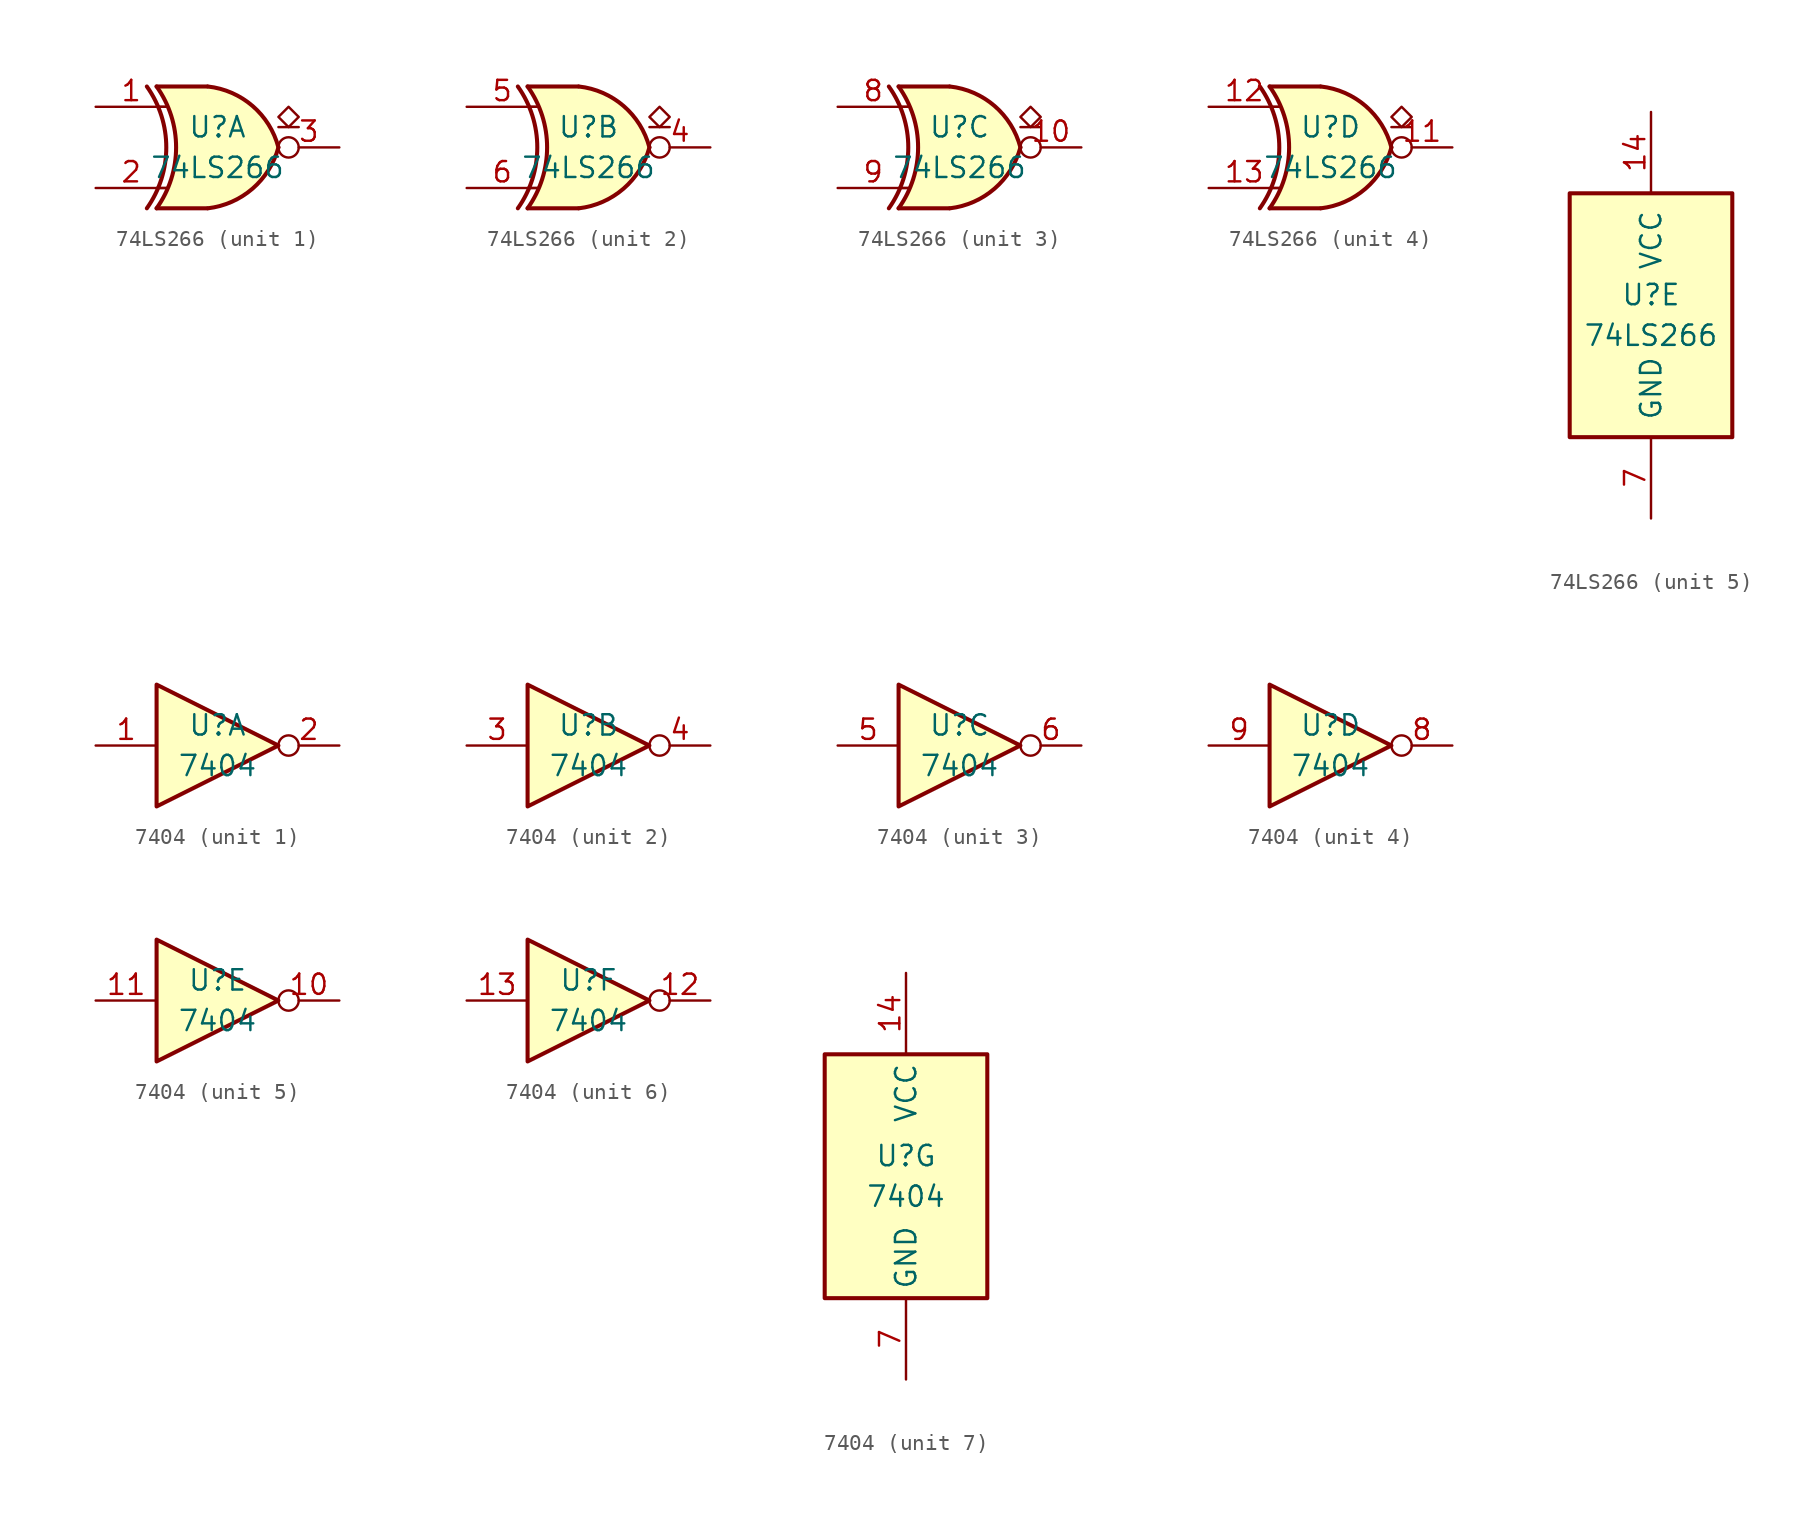
<source format=kicad_sym>
(kicad_symbol_lib
  (version 20241209)
  (generator "kicad_symbol_editor")
  (generator_version "9.0")
  (symbol "74LS266"
    (pin_names
      (offset 1.016))
    (property "Reference" "U"
      (at 0 1.27 0)
      (effects (font (size 1.27 1.27))))
    (property "Value" "74LS266"
      (at 0 -1.27 0)
      (effects (font (size 1.27 1.27))))
    (property "ki_locked" ""
      (at 0 0 0)
      (effects (font (size 1.27 1.27))))
    (symbol "74LS266_1_0"
      (arc (start -4.4196 3.81) (mid -3.2033 0) (end -4.4196 -3.81) (stroke (width 0.254) (type default)) (fill (type none)))
      (arc (start -3.81 3.81) (mid -2.589 0) (end -3.81 -3.81) (stroke (width 0.254) (type default)) (fill (type none)))
      (polyline (pts (xy -3.81 3.81) (xy -0.635 3.81)) (stroke (width 0.254) (type default)) (fill (type background)))
      (polyline (pts (xy -3.81 -3.81) (xy -0.635 -3.81)) (stroke (width 0.254) (type default)) (fill (type background)))
      (arc (start 3.81 0) (mid 2.1855 -2.584) (end -0.6096 -3.81) (stroke (width 0.254) (type default)) (fill (type background)))
      (arc (start -0.6096 3.81) (mid 2.1928 2.5924) (end 3.81 0) (stroke (width 0.254) (type default)) (fill (type background)))
      (polyline (pts (xy -0.635 3.81) (xy -3.81 3.81) (xy -3.81 3.81) (xy -3.556 3.404) (xy -3.023 2.261) (xy -2.692 1.041) (xy -2.616 -0.254) (xy -2.769 -1.499) (xy -3.175 -2.718) (xy -3.81 -3.81) (xy -3.81 -3.81) (xy -0.635 -3.81)) (stroke (width -25.4) (type default)) (fill (type background)))
      (pin input line (at -7.62 2.54 0) (length 4.445) (name "~" (effects (font (size 1.27 1.27)))) (number "1" (effects (font (size 1.27 1.27)))))
      (pin input line (at -7.62 -2.54 0) (length 4.445) (name "~" (effects (font (size 1.27 1.27)))) (number "2" (effects (font (size 1.27 1.27)))))
      (pin output inverted (at 7.62 0 180) (length 3.81) (name "~" (effects (font (size 1.27 1.27)))) (number "3" (effects (font (size 1.27 1.27))))))
    (symbol "74LS266_1_1"
      (polyline (pts (xy -3.81 2.54) (xy -3.175 2.54)) (stroke (width 0.152) (type default)) (fill (type none)))
      (polyline (pts (xy -3.81 -2.54) (xy -3.175 -2.54)) (stroke (width 0.152) (type default)) (fill (type none)))
      (polyline (pts (xy 3.81 1.27) (xy 5.08 1.27)) (stroke (width 0) (type default)) (fill (type none)))
      (polyline (pts (xy 4.445 1.27) (xy 3.81 1.905) (xy 4.445 2.54) (xy 5.08 1.905) (xy 4.445 1.27)) (stroke (width 0) (type default)) (fill (type none))))
    (symbol "74LS266_2_0"
      (arc (start -4.4196 3.81) (mid -3.2033 0) (end -4.4196 -3.81) (stroke (width 0.254) (type default)) (fill (type none)))
      (arc (start -3.81 3.81) (mid -2.589 0) (end -3.81 -3.81) (stroke (width 0.254) (type default)) (fill (type none)))
      (polyline (pts (xy -3.81 3.81) (xy -0.635 3.81)) (stroke (width 0.254) (type default)) (fill (type background)))
      (polyline (pts (xy -3.81 -3.81) (xy -0.635 -3.81)) (stroke (width 0.254) (type default)) (fill (type background)))
      (arc (start 3.81 0) (mid 2.1855 -2.584) (end -0.6096 -3.81) (stroke (width 0.254) (type default)) (fill (type background)))
      (arc (start -0.6096 3.81) (mid 2.1928 2.5924) (end 3.81 0) (stroke (width 0.254) (type default)) (fill (type background)))
      (polyline (pts (xy -0.635 3.81) (xy -3.81 3.81) (xy -3.81 3.81) (xy -3.556 3.404) (xy -3.023 2.261) (xy -2.692 1.041) (xy -2.616 -0.254) (xy -2.769 -1.499) (xy -3.175 -2.718) (xy -3.81 -3.81) (xy -3.81 -3.81) (xy -0.635 -3.81)) (stroke (width -25.4) (type default)) (fill (type background)))
      (pin input line (at -7.62 2.54 0) (length 4.445) (name "~" (effects (font (size 1.27 1.27)))) (number "5" (effects (font (size 1.27 1.27)))))
      (pin input line (at -7.62 -2.54 0) (length 4.445) (name "~" (effects (font (size 1.27 1.27)))) (number "6" (effects (font (size 1.27 1.27)))))
      (pin output inverted (at 7.62 0 180) (length 3.81) (name "~" (effects (font (size 1.27 1.27)))) (number "4" (effects (font (size 1.27 1.27))))))
    (symbol "74LS266_2_1"
      (polyline (pts (xy -3.81 2.54) (xy -3.175 2.54)) (stroke (width 0.152) (type default)) (fill (type none)))
      (polyline (pts (xy -3.81 -2.54) (xy -3.175 -2.54)) (stroke (width 0.152) (type default)) (fill (type none)))
      (polyline (pts (xy 3.81 1.27) (xy 5.08 1.27)) (stroke (width 0) (type default)) (fill (type none)))
      (polyline (pts (xy 4.445 1.27) (xy 3.81 1.905) (xy 4.445 2.54) (xy 5.08 1.905) (xy 4.445 1.27)) (stroke (width 0) (type default)) (fill (type none))))
    (symbol "74LS266_3_0"
      (arc (start -4.4196 3.81) (mid -3.2033 0) (end -4.4196 -3.81) (stroke (width 0.254) (type default)) (fill (type none)))
      (arc (start -3.81 3.81) (mid -2.589 0) (end -3.81 -3.81) (stroke (width 0.254) (type default)) (fill (type none)))
      (polyline (pts (xy -3.81 3.81) (xy -0.635 3.81)) (stroke (width 0.254) (type default)) (fill (type background)))
      (polyline (pts (xy -3.81 -3.81) (xy -0.635 -3.81)) (stroke (width 0.254) (type default)) (fill (type background)))
      (arc (start 3.81 0) (mid 2.1855 -2.584) (end -0.6096 -3.81) (stroke (width 0.254) (type default)) (fill (type background)))
      (arc (start -0.6096 3.81) (mid 2.1928 2.5924) (end 3.81 0) (stroke (width 0.254) (type default)) (fill (type background)))
      (polyline (pts (xy -0.635 3.81) (xy -3.81 3.81) (xy -3.81 3.81) (xy -3.556 3.404) (xy -3.023 2.261) (xy -2.692 1.041) (xy -2.616 -0.254) (xy -2.769 -1.499) (xy -3.175 -2.718) (xy -3.81 -3.81) (xy -3.81 -3.81) (xy -0.635 -3.81)) (stroke (width -25.4) (type default)) (fill (type background)))
      (pin input line (at -7.62 2.54 0) (length 4.445) (name "~" (effects (font (size 1.27 1.27)))) (number "8" (effects (font (size 1.27 1.27)))))
      (pin input line (at -7.62 -2.54 0) (length 4.445) (name "~" (effects (font (size 1.27 1.27)))) (number "9" (effects (font (size 1.27 1.27)))))
      (pin output inverted (at 7.62 0 180) (length 3.81) (name "~" (effects (font (size 1.27 1.27)))) (number "10" (effects (font (size 1.27 1.27))))))
    (symbol "74LS266_3_1"
      (polyline (pts (xy -3.81 2.54) (xy -3.175 2.54)) (stroke (width 0.152) (type default)) (fill (type none)))
      (polyline (pts (xy -3.81 -2.54) (xy -3.175 -2.54)) (stroke (width 0.152) (type default)) (fill (type none)))
      (polyline (pts (xy 3.81 1.27) (xy 5.08 1.27)) (stroke (width 0) (type default)) (fill (type none)))
      (polyline (pts (xy 4.445 1.27) (xy 3.81 1.905) (xy 4.445 2.54) (xy 5.08 1.905) (xy 4.445 1.27)) (stroke (width 0) (type default)) (fill (type none))))
    (symbol "74LS266_4_0"
      (arc (start -4.4196 3.81) (mid -3.2033 0) (end -4.4196 -3.81) (stroke (width 0.254) (type default)) (fill (type none)))
      (arc (start -3.81 3.81) (mid -2.589 0) (end -3.81 -3.81) (stroke (width 0.254) (type default)) (fill (type none)))
      (polyline (pts (xy -3.81 3.81) (xy -0.635 3.81)) (stroke (width 0.254) (type default)) (fill (type background)))
      (polyline (pts (xy -3.81 -3.81) (xy -0.635 -3.81)) (stroke (width 0.254) (type default)) (fill (type background)))
      (arc (start 3.81 0) (mid 2.1855 -2.584) (end -0.6096 -3.81) (stroke (width 0.254) (type default)) (fill (type background)))
      (arc (start -0.6096 3.81) (mid 2.1928 2.5924) (end 3.81 0) (stroke (width 0.254) (type default)) (fill (type background)))
      (polyline (pts (xy -0.635 3.81) (xy -3.81 3.81) (xy -3.81 3.81) (xy -3.556 3.404) (xy -3.023 2.261) (xy -2.692 1.041) (xy -2.616 -0.254) (xy -2.769 -1.499) (xy -3.175 -2.718) (xy -3.81 -3.81) (xy -3.81 -3.81) (xy -0.635 -3.81)) (stroke (width -25.4) (type default)) (fill (type background)))
      (pin input line (at -7.62 2.54 0) (length 4.445) (name "~" (effects (font (size 1.27 1.27)))) (number "12" (effects (font (size 1.27 1.27)))))
      (pin input line (at -7.62 -2.54 0) (length 4.445) (name "~" (effects (font (size 1.27 1.27)))) (number "13" (effects (font (size 1.27 1.27)))))
      (pin output inverted (at 7.62 0 180) (length 3.81) (name "~" (effects (font (size 1.27 1.27)))) (number "11" (effects (font (size 1.27 1.27))))))
    (symbol "74LS266_4_1"
      (polyline (pts (xy -3.81 2.54) (xy -3.175 2.54)) (stroke (width 0.152) (type default)) (fill (type none)))
      (polyline (pts (xy -3.81 -2.54) (xy -3.175 -2.54)) (stroke (width 0.152) (type default)) (fill (type none)))
      (polyline (pts (xy 3.81 1.27) (xy 5.08 1.27)) (stroke (width 0) (type default)) (fill (type none)))
      (polyline (pts (xy 4.445 1.27) (xy 3.81 1.905) (xy 4.445 2.54) (xy 5.08 1.905) (xy 4.445 1.27)) (stroke (width 0) (type default)) (fill (type none))))
    (symbol "74LS266_5_0"
      (pin power_in line (at 0 12.7 270) (length 5.08) (name "VCC" (effects (font (size 1.27 1.27)))) (number "14" (effects (font (size 1.27 1.27)))))
      (pin power_in line (at 0 -12.7 90) (length 5.08) (name "GND" (effects (font (size 1.27 1.27)))) (number "7" (effects (font (size 1.27 1.27))))))
    (symbol "74LS266_5_1"
      (rectangle (start -5.08 7.62) (end 5.08 -7.62) (stroke (width 0.254) (type default)) (fill (type background)))))
  (symbol "7404"
    (property "Reference" "U"
      (at 0 1.27 0)
      (effects (font (size 1.27 1.27))))
    (property "Value" "7404"
      (at 0 -1.27 0)
      (effects (font (size 1.27 1.27))))
    (property "ki_locked" ""
      (at 0 0 0)
      (effects (font (size 1.27 1.27))))
    (symbol "7404_1_0"
      (polyline (pts (xy -3.81 3.81) (xy -3.81 -3.81) (xy 3.81 0) (xy -3.81 3.81)) (stroke (width 0.254) (type default)) (fill (type background)))
      (pin input line (at -7.62 0 0) (length 3.81) (name "~" (effects (font (size 1.27 1.27)))) (number "1" (effects (font (size 1.27 1.27)))))
      (pin output inverted (at 7.62 0 180) (length 3.81) (name "~" (effects (font (size 1.27 1.27)))) (number "2" (effects (font (size 1.27 1.27))))))
    (symbol "7404_2_0"
      (polyline (pts (xy -3.81 3.81) (xy -3.81 -3.81) (xy 3.81 0) (xy -3.81 3.81)) (stroke (width 0.254) (type default)) (fill (type background)))
      (pin input line (at -7.62 0 0) (length 3.81) (name "~" (effects (font (size 1.27 1.27)))) (number "3" (effects (font (size 1.27 1.27)))))
      (pin output inverted (at 7.62 0 180) (length 3.81) (name "~" (effects (font (size 1.27 1.27)))) (number "4" (effects (font (size 1.27 1.27))))))
    (symbol "7404_3_0"
      (polyline (pts (xy -3.81 3.81) (xy -3.81 -3.81) (xy 3.81 0) (xy -3.81 3.81)) (stroke (width 0.254) (type default)) (fill (type background)))
      (pin input line (at -7.62 0 0) (length 3.81) (name "~" (effects (font (size 1.27 1.27)))) (number "5" (effects (font (size 1.27 1.27)))))
      (pin output inverted (at 7.62 0 180) (length 3.81) (name "~" (effects (font (size 1.27 1.27)))) (number "6" (effects (font (size 1.27 1.27))))))
    (symbol "7404_4_0"
      (polyline (pts (xy -3.81 3.81) (xy -3.81 -3.81) (xy 3.81 0) (xy -3.81 3.81)) (stroke (width 0.254) (type default)) (fill (type background)))
      (pin input line (at -7.62 0 0) (length 3.81) (name "~" (effects (font (size 1.27 1.27)))) (number "9" (effects (font (size 1.27 1.27)))))
      (pin output inverted (at 7.62 0 180) (length 3.81) (name "~" (effects (font (size 1.27 1.27)))) (number "8" (effects (font (size 1.27 1.27))))))
    (symbol "7404_5_0"
      (polyline (pts (xy -3.81 3.81) (xy -3.81 -3.81) (xy 3.81 0) (xy -3.81 3.81)) (stroke (width 0.254) (type default)) (fill (type background)))
      (pin input line (at -7.62 0 0) (length 3.81) (name "~" (effects (font (size 1.27 1.27)))) (number "11" (effects (font (size 1.27 1.27)))))
      (pin output inverted (at 7.62 0 180) (length 3.81) (name "~" (effects (font (size 1.27 1.27)))) (number "10" (effects (font (size 1.27 1.27))))))
    (symbol "7404_6_0"
      (polyline (pts (xy -3.81 3.81) (xy -3.81 -3.81) (xy 3.81 0) (xy -3.81 3.81)) (stroke (width 0.254) (type default)) (fill (type background)))
      (pin input line (at -7.62 0 0) (length 3.81) (name "~" (effects (font (size 1.27 1.27)))) (number "13" (effects (font (size 1.27 1.27)))))
      (pin output inverted (at 7.62 0 180) (length 3.81) (name "~" (effects (font (size 1.27 1.27)))) (number "12" (effects (font (size 1.27 1.27))))))
    (symbol "7404_7_0"
      (pin power_in line (at 0 12.7 270) (length 5.08) (name "VCC" (effects (font (size 1.27 1.27)))) (number "14" (effects (font (size 1.27 1.27)))))
      (pin power_in line (at 0 -12.7 90) (length 5.08) (name "GND" (effects (font (size 1.27 1.27)))) (number "7" (effects (font (size 1.27 1.27))))))
    (symbol "7404_7_1"
      (rectangle (start -5.08 7.62) (end 5.08 -7.62) (stroke (width 0.254) (type default)) (fill (type background))))))
</source>
